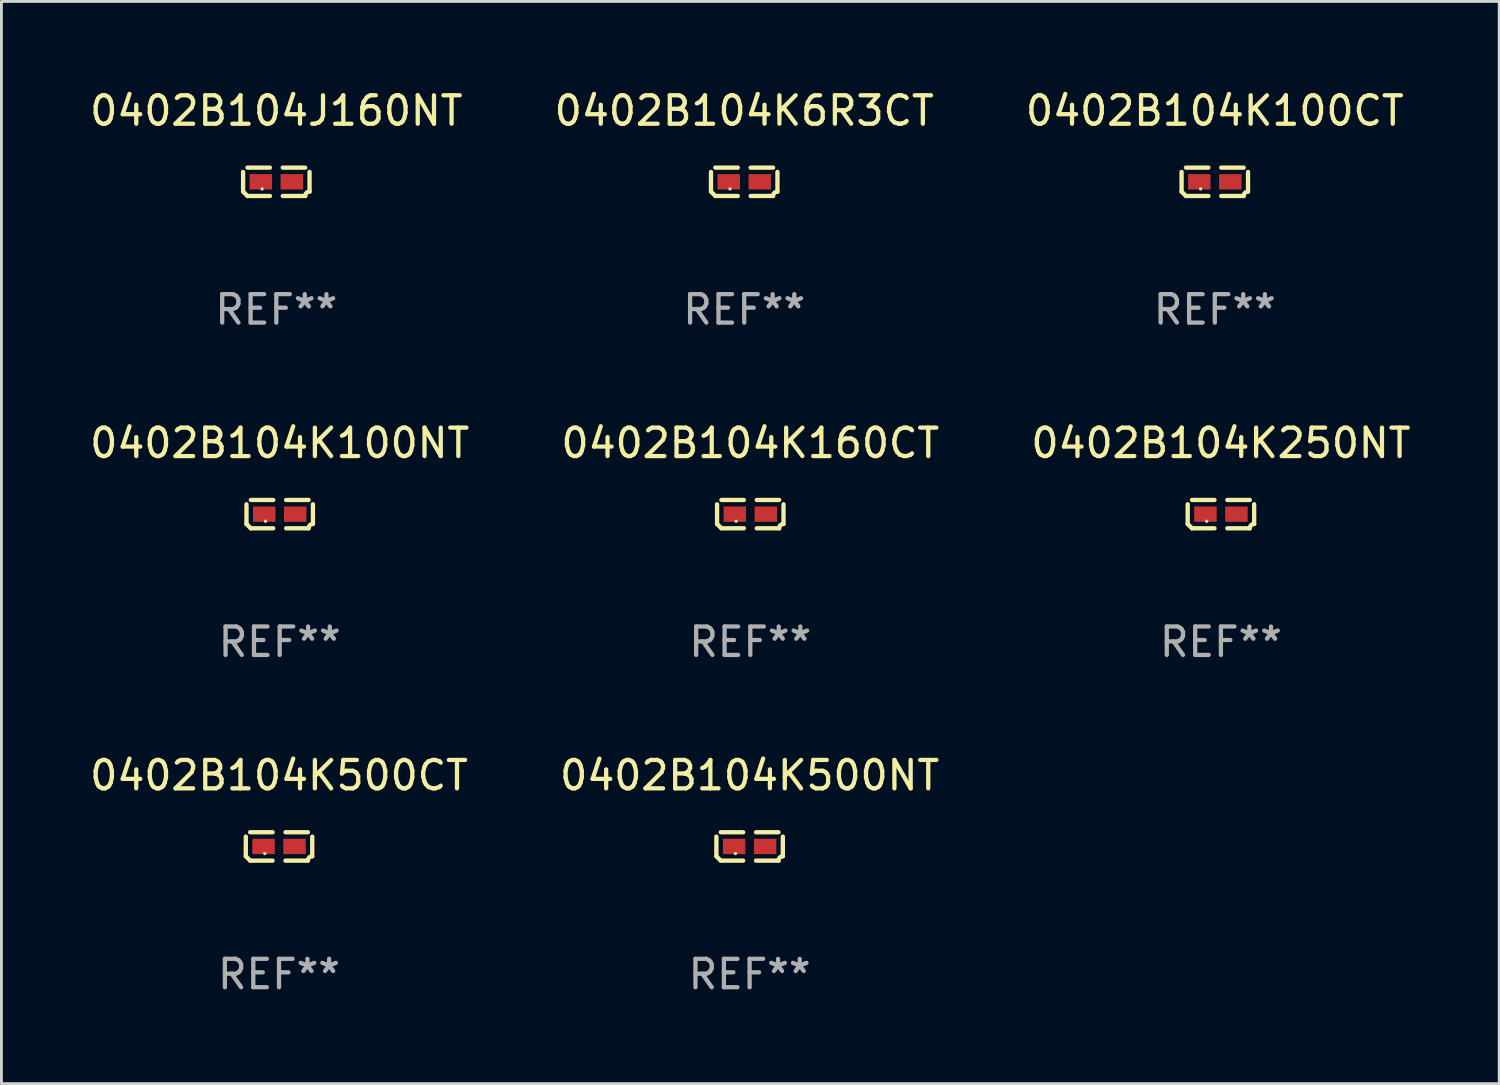
<source format=kicad_pcb>
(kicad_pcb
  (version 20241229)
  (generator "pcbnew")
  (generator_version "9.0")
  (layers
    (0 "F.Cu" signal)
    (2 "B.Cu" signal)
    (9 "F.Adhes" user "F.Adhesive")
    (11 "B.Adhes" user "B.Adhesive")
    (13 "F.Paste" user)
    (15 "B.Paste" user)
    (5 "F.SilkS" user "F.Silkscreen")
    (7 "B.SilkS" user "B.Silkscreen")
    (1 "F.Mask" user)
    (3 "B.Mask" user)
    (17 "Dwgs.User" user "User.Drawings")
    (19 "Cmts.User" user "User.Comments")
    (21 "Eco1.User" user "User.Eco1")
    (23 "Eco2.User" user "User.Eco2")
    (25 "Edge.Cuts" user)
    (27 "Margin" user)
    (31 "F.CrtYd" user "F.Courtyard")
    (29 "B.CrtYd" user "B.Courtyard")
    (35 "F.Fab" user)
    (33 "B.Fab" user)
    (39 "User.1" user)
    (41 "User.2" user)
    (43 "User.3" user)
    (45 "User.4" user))
  (footprint "0402B104K500CT"
    (layer "F.Cu")
    (at 6.768 26.734)
    (property "Reference" "0402B104K500CT" (at 0 -2.499 0) (layer "F.SilkS") (effects (font (size 1 1) (thickness 0.15))))
    (attr through_hole)
    (fp_line (start -1.169 0.346) (end -1.169 -0.346) (stroke (width 0.152) (type solid)) (layer "F.SilkS"))
    (fp_line (start -1.016 -0.499) (end -0.226 -0.499) (stroke (width 0.152) (type solid)) (layer "F.SilkS"))
    (fp_line (start -0.226 0.499) (end -1.016 0.499) (stroke (width 0.152) (type solid)) (layer "F.SilkS"))
    (fp_line (start 0.226 0.499) (end 1.016 0.499) (stroke (width 0.152) (type solid)) (layer "F.SilkS"))
    (fp_line (start 1.016 -0.499) (end 0.226 -0.499) (stroke (width 0.152) (type solid)) (layer "F.SilkS"))
    (fp_line (start 1.169 0.346) (end 1.169 -0.346) (stroke (width 0.152) (type solid)) (layer "F.SilkS"))
    (fp_arc (start -1.016307 0.498603) (mid -1.092512 0.422405) (end -1.16871 0.3462) (stroke (width 0.1524) (type solid)) (layer "F.SilkS"))
    (fp_arc (start 1.016307 0.498603) (mid 1.060899 0.390758) (end 1.168707 0.346076) (stroke (width 0.1524) (type solid)) (layer "F.SilkS"))
    (fp_circle (center -0.5 0.25) (end -0.47 0.25) (stroke (width 0.06) (type solid)) (fill no) (layer "F.SilkS"))
    (fp_text user "REF**" (at 0 4.499 0) (layer "F.Fab") (effects (font (size 1 1) (thickness 0.15))))
    (pad "1" smd rect (at -0.545 0) (size 0.79 0.54) (layers "F.Cu" "F.Mask" "F.Paste"))
    (pad "2" smd rect (at 0.545 0) (size 0.79 0.54) (layers "F.Cu" "F.Mask" "F.Paste")))
  (footprint "0402B104K250NT"
    (layer "F.Cu")
    (at 39.911 15.041)
    (property "Reference" "0402B104K250NT" (at 0 -2.499 0) (layer "F.SilkS") (effects (font (size 1 1) (thickness 0.15))))
    (attr through_hole)
    (fp_line (start -1.169 0.346) (end -1.169 -0.346) (stroke (width 0.152) (type solid)) (layer "F.SilkS"))
    (fp_line (start -1.016 -0.499) (end -0.226 -0.499) (stroke (width 0.152) (type solid)) (layer "F.SilkS"))
    (fp_line (start -0.226 0.499) (end -1.016 0.499) (stroke (width 0.152) (type solid)) (layer "F.SilkS"))
    (fp_line (start 0.226 0.499) (end 1.016 0.499) (stroke (width 0.152) (type solid)) (layer "F.SilkS"))
    (fp_line (start 1.016 -0.499) (end 0.226 -0.499) (stroke (width 0.152) (type solid)) (layer "F.SilkS"))
    (fp_line (start 1.169 0.346) (end 1.169 -0.346) (stroke (width 0.152) (type solid)) (layer "F.SilkS"))
    (fp_arc (start -1.016307 0.498603) (mid -1.092512 0.422405) (end -1.16871 0.3462) (stroke (width 0.1524) (type solid)) (layer "F.SilkS"))
    (fp_arc (start 1.016307 0.498603) (mid 1.060899 0.390758) (end 1.168707 0.346076) (stroke (width 0.1524) (type solid)) (layer "F.SilkS"))
    (fp_circle (center -0.5 0.25) (end -0.47 0.25) (stroke (width 0.06) (type solid)) (fill no) (layer "F.SilkS"))
    (fp_text user "REF**" (at 0 4.499 0) (layer "F.Fab") (effects (font (size 1 1) (thickness 0.15))))
    (pad "1" smd rect (at -0.545 0) (size 0.79 0.54) (layers "F.Cu" "F.Mask" "F.Paste"))
    (pad "2" smd rect (at 0.545 0) (size 0.79 0.54) (layers "F.Cu" "F.Mask" "F.Paste")))
  (footprint "0402B104K500NT"
    (layer "F.Cu")
    (at 23.327 26.734)
    (property "Reference" "0402B104K500NT" (at 0 -2.499 0) (layer "F.SilkS") (effects (font (size 1 1) (thickness 0.15))))
    (attr through_hole)
    (fp_line (start -1.169 0.346) (end -1.169 -0.346) (stroke (width 0.152) (type solid)) (layer "F.SilkS"))
    (fp_line (start -1.016 -0.499) (end -0.226 -0.499) (stroke (width 0.152) (type solid)) (layer "F.SilkS"))
    (fp_line (start -0.226 0.499) (end -1.016 0.499) (stroke (width 0.152) (type solid)) (layer "F.SilkS"))
    (fp_line (start 0.226 0.499) (end 1.016 0.499) (stroke (width 0.152) (type solid)) (layer "F.SilkS"))
    (fp_line (start 1.016 -0.499) (end 0.226 -0.499) (stroke (width 0.152) (type solid)) (layer "F.SilkS"))
    (fp_line (start 1.169 0.346) (end 1.169 -0.346) (stroke (width 0.152) (type solid)) (layer "F.SilkS"))
    (fp_arc (start -1.016307 0.498603) (mid -1.092512 0.422405) (end -1.16871 0.3462) (stroke (width 0.1524) (type solid)) (layer "F.SilkS"))
    (fp_arc (start 1.016307 0.498603) (mid 1.060899 0.390758) (end 1.168707 0.346076) (stroke (width 0.1524) (type solid)) (layer "F.SilkS"))
    (fp_circle (center -0.5 0.25) (end -0.47 0.25) (stroke (width 0.06) (type solid)) (fill no) (layer "F.SilkS"))
    (fp_text user "REF**" (at 0 4.499 0) (layer "F.Fab") (effects (font (size 1 1) (thickness 0.15))))
    (pad "1" smd rect (at -0.545 0) (size 0.79 0.54) (layers "F.Cu" "F.Mask" "F.Paste"))
    (pad "2" smd rect (at 0.545 0) (size 0.79 0.54) (layers "F.Cu" "F.Mask" "F.Paste")))
  (footprint "0402B104K100NT"
    (layer "F.Cu")
    (at 6.792 15.041)
    (property "Reference" "0402B104K100NT" (at 0 -2.499 0) (layer "F.SilkS") (effects (font (size 1 1) (thickness 0.15))))
    (attr through_hole)
    (fp_line (start -1.169 0.346) (end -1.169 -0.346) (stroke (width 0.152) (type solid)) (layer "F.SilkS"))
    (fp_line (start -1.016 -0.499) (end -0.226 -0.499) (stroke (width 0.152) (type solid)) (layer "F.SilkS"))
    (fp_line (start -0.226 0.499) (end -1.016 0.499) (stroke (width 0.152) (type solid)) (layer "F.SilkS"))
    (fp_line (start 0.226 0.499) (end 1.016 0.499) (stroke (width 0.152) (type solid)) (layer "F.SilkS"))
    (fp_line (start 1.016 -0.499) (end 0.226 -0.499) (stroke (width 0.152) (type solid)) (layer "F.SilkS"))
    (fp_line (start 1.169 0.346) (end 1.169 -0.346) (stroke (width 0.152) (type solid)) (layer "F.SilkS"))
    (fp_arc (start -1.016307 0.498603) (mid -1.092512 0.422405) (end -1.16871 0.3462) (stroke (width 0.1524) (type solid)) (layer "F.SilkS"))
    (fp_arc (start 1.016307 0.498603) (mid 1.060899 0.390758) (end 1.168707 0.346076) (stroke (width 0.1524) (type solid)) (layer "F.SilkS"))
    (fp_circle (center -0.5 0.25) (end -0.47 0.25) (stroke (width 0.06) (type solid)) (fill no) (layer "F.SilkS"))
    (fp_text user "REF**" (at 0 4.499 0) (layer "F.Fab") (effects (font (size 1 1) (thickness 0.15))))
    (pad "1" smd rect (at -0.545 0) (size 0.79 0.54) (layers "F.Cu" "F.Mask" "F.Paste"))
    (pad "2" smd rect (at 0.545 0) (size 0.79 0.54) (layers "F.Cu" "F.Mask" "F.Paste")))
  (footprint "0402B104K100CT"
    (layer "F.Cu")
    (at 39.696 3.347)
    (property "Reference" "0402B104K100CT" (at 0 -2.499 0) (layer "F.SilkS") (effects (font (size 1 1) (thickness 0.15))))
    (attr through_hole)
    (fp_line (start -1.169 0.346) (end -1.169 -0.346) (stroke (width 0.152) (type solid)) (layer "F.SilkS"))
    (fp_line (start -1.016 -0.499) (end -0.226 -0.499) (stroke (width 0.152) (type solid)) (layer "F.SilkS"))
    (fp_line (start -0.226 0.499) (end -1.016 0.499) (stroke (width 0.152) (type solid)) (layer "F.SilkS"))
    (fp_line (start 0.226 0.499) (end 1.016 0.499) (stroke (width 0.152) (type solid)) (layer "F.SilkS"))
    (fp_line (start 1.016 -0.499) (end 0.226 -0.499) (stroke (width 0.152) (type solid)) (layer "F.SilkS"))
    (fp_line (start 1.169 0.346) (end 1.169 -0.346) (stroke (width 0.152) (type solid)) (layer "F.SilkS"))
    (fp_arc (start -1.016307 0.498603) (mid -1.092512 0.422405) (end -1.16871 0.3462) (stroke (width 0.1524) (type solid)) (layer "F.SilkS"))
    (fp_arc (start 1.016307 0.498603) (mid 1.060899 0.390758) (end 1.168707 0.346076) (stroke (width 0.1524) (type solid)) (layer "F.SilkS"))
    (fp_circle (center -0.5 0.25) (end -0.47 0.25) (stroke (width 0.06) (type solid)) (fill no) (layer "F.SilkS"))
    (fp_text user "REF**" (at 0 4.499 0) (layer "F.Fab") (effects (font (size 1 1) (thickness 0.15))))
    (pad "1" smd rect (at -0.545 0) (size 0.79 0.54) (layers "F.Cu" "F.Mask" "F.Paste"))
    (pad "2" smd rect (at 0.545 0) (size 0.79 0.54) (layers "F.Cu" "F.Mask" "F.Paste")))
  (footprint "0402B104K6R3CT"
    (layer "F.Cu")
    (at 23.137 3.347)
    (property "Reference" "0402B104K6R3CT" (at 0 -2.499 0) (layer "F.SilkS") (effects (font (size 1 1) (thickness 0.15))))
    (attr through_hole)
    (fp_line (start -1.169 0.346) (end -1.169 -0.346) (stroke (width 0.152) (type solid)) (layer "F.SilkS"))
    (fp_line (start -1.016 -0.499) (end -0.226 -0.499) (stroke (width 0.152) (type solid)) (layer "F.SilkS"))
    (fp_line (start -0.226 0.499) (end -1.016 0.499) (stroke (width 0.152) (type solid)) (layer "F.SilkS"))
    (fp_line (start 0.226 0.499) (end 1.016 0.499) (stroke (width 0.152) (type solid)) (layer "F.SilkS"))
    (fp_line (start 1.016 -0.499) (end 0.226 -0.499) (stroke (width 0.152) (type solid)) (layer "F.SilkS"))
    (fp_line (start 1.169 0.346) (end 1.169 -0.346) (stroke (width 0.152) (type solid)) (layer "F.SilkS"))
    (fp_arc (start -1.016307 0.498603) (mid -1.092512 0.422405) (end -1.16871 0.3462) (stroke (width 0.1524) (type solid)) (layer "F.SilkS"))
    (fp_arc (start 1.016307 0.498603) (mid 1.060899 0.390758) (end 1.168707 0.346076) (stroke (width 0.1524) (type solid)) (layer "F.SilkS"))
    (fp_circle (center -0.5 0.25) (end -0.47 0.25) (stroke (width 0.06) (type solid)) (fill no) (layer "F.SilkS"))
    (fp_text user "REF**" (at 0 4.499 0) (layer "F.Fab") (effects (font (size 1 1) (thickness 0.15))))
    (pad "1" smd rect (at -0.545 0) (size 0.79 0.54) (layers "F.Cu" "F.Mask" "F.Paste"))
    (pad "2" smd rect (at 0.545 0) (size 0.79 0.54) (layers "F.Cu" "F.Mask" "F.Paste")))
  (footprint "0402B104J160NT"
    (layer "F.Cu")
    (at 6.673 3.347)
    (property "Reference" "0402B104J160NT" (at 0 -2.499 0) (layer "F.SilkS") (effects (font (size 1 1) (thickness 0.15))))
    (attr through_hole)
    (fp_line (start -1.169 0.346) (end -1.169 -0.346) (stroke (width 0.152) (type solid)) (layer "F.SilkS"))
    (fp_line (start -1.016 -0.499) (end -0.226 -0.499) (stroke (width 0.152) (type solid)) (layer "F.SilkS"))
    (fp_line (start -0.226 0.499) (end -1.016 0.499) (stroke (width 0.152) (type solid)) (layer "F.SilkS"))
    (fp_line (start 0.226 0.499) (end 1.016 0.499) (stroke (width 0.152) (type solid)) (layer "F.SilkS"))
    (fp_line (start 1.016 -0.499) (end 0.226 -0.499) (stroke (width 0.152) (type solid)) (layer "F.SilkS"))
    (fp_line (start 1.169 0.346) (end 1.169 -0.346) (stroke (width 0.152) (type solid)) (layer "F.SilkS"))
    (fp_arc (start -1.016307 0.498603) (mid -1.092512 0.422405) (end -1.16871 0.3462) (stroke (width 0.1524) (type solid)) (layer "F.SilkS"))
    (fp_arc (start 1.016307 0.498603) (mid 1.060899 0.390758) (end 1.168707 0.346076) (stroke (width 0.1524) (type solid)) (layer "F.SilkS"))
    (fp_circle (center -0.5 0.25) (end -0.47 0.25) (stroke (width 0.06) (type solid)) (fill no) (layer "F.SilkS"))
    (fp_text user "REF**" (at 0 4.499 0) (layer "F.Fab") (effects (font (size 1 1) (thickness 0.15))))
    (pad "1" smd rect (at -0.545 0) (size 0.79 0.54) (layers "F.Cu" "F.Mask" "F.Paste"))
    (pad "2" smd rect (at 0.545 0) (size 0.79 0.54) (layers "F.Cu" "F.Mask" "F.Paste")))
  (footprint "0402B104K160CT"
    (layer "F.Cu")
    (at 23.351 15.041)
    (property "Reference" "0402B104K160CT" (at 0 -2.499 0) (layer "F.SilkS") (effects (font (size 1 1) (thickness 0.15))))
    (attr through_hole)
    (fp_line (start -1.169 0.346) (end -1.169 -0.346) (stroke (width 0.152) (type solid)) (layer "F.SilkS"))
    (fp_line (start -1.016 -0.499) (end -0.226 -0.499) (stroke (width 0.152) (type solid)) (layer "F.SilkS"))
    (fp_line (start -0.226 0.499) (end -1.016 0.499) (stroke (width 0.152) (type solid)) (layer "F.SilkS"))
    (fp_line (start 0.226 0.499) (end 1.016 0.499) (stroke (width 0.152) (type solid)) (layer "F.SilkS"))
    (fp_line (start 1.016 -0.499) (end 0.226 -0.499) (stroke (width 0.152) (type solid)) (layer "F.SilkS"))
    (fp_line (start 1.169 0.346) (end 1.169 -0.346) (stroke (width 0.152) (type solid)) (layer "F.SilkS"))
    (fp_arc (start -1.016307 0.498603) (mid -1.092512 0.422405) (end -1.16871 0.3462) (stroke (width 0.1524) (type solid)) (layer "F.SilkS"))
    (fp_arc (start 1.016307 0.498603) (mid 1.060899 0.390758) (end 1.168707 0.346076) (stroke (width 0.1524) (type solid)) (layer "F.SilkS"))
    (fp_circle (center -0.5 0.25) (end -0.47 0.25) (stroke (width 0.06) (type solid)) (fill no) (layer "F.SilkS"))
    (fp_text user "REF**" (at 0 4.499 0) (layer "F.Fab") (effects (font (size 1 1) (thickness 0.15))))
    (pad "1" smd rect (at -0.545 0) (size 0.79 0.54) (layers "F.Cu" "F.Mask" "F.Paste"))
    (pad "2" smd rect (at 0.545 0) (size 0.79 0.54) (layers "F.Cu" "F.Mask" "F.Paste")))
  (gr_rect
    (start -3 -3)
    (end 49.702 35.081)
    (stroke (width 0.1) (type default))
    (fill no)
    (layer "Edge.Cuts")))
</source>
